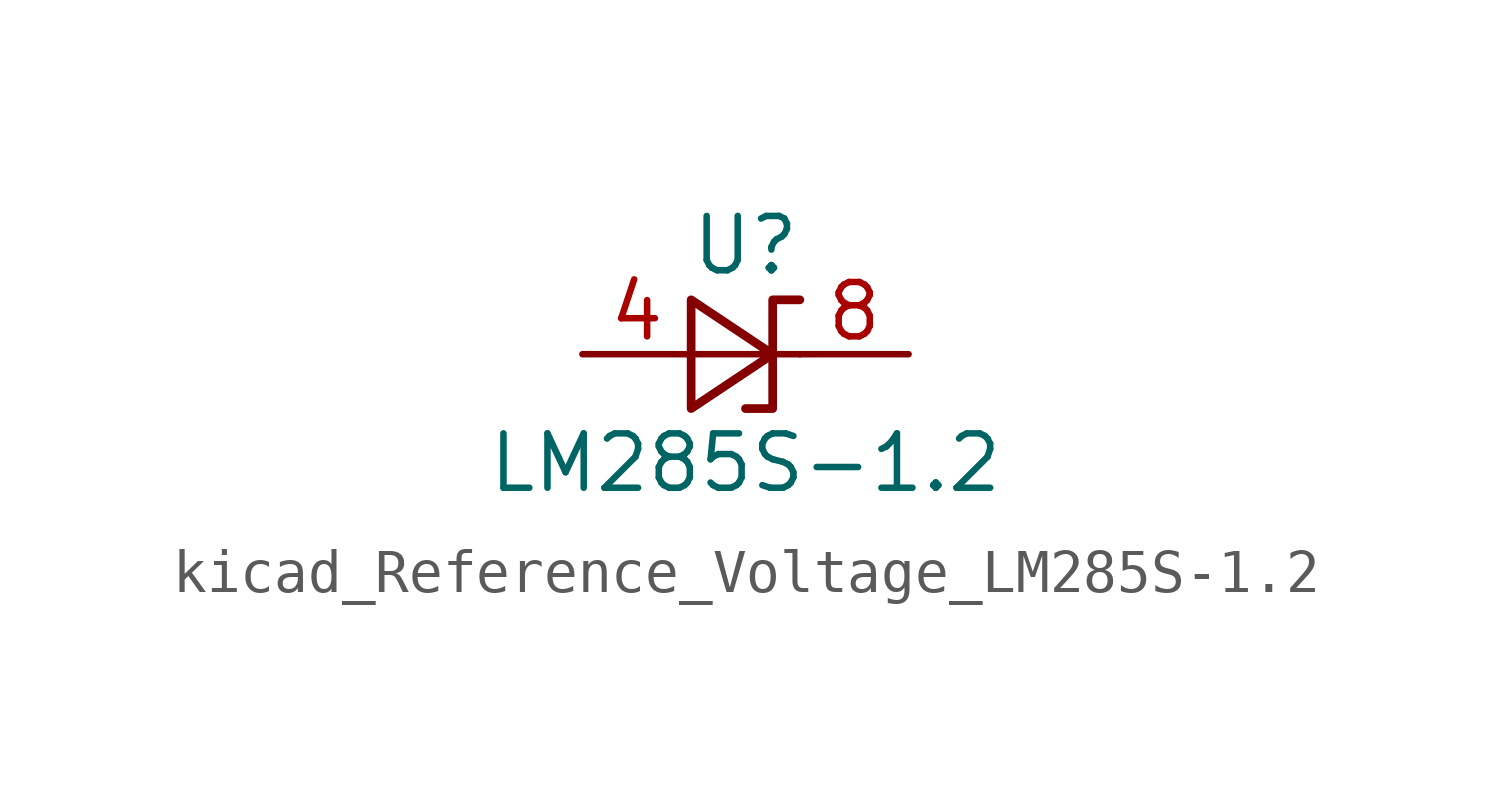
<source format=kicad_sym>
(kicad_symbol_lib
  (version 20220914)
  (generator kicad_symbol_editor)
  (symbol "kicad_Reference_Voltage_LM285S-1.2"
    (pin_names
      (offset 0.025) hide)
    (property "Reference" "U"
      (at 0 2.54 0)
      (effects (font (size 1.27 1.27))))
    (property "Value" "LM285S-1.2"
      (at 0 -2.54 0)
      (effects (font (size 1.27 1.27))))
    (symbol "kicad_Reference_Voltage_LM285S-1.2_0_1"
      (polyline (pts (xy -1.27 0) (xy 0 0) (xy 1.27 0)) (stroke (width 0) (type default)) (fill (type none)))
      (polyline (pts (xy -1.27 -1.27) (xy 0.635 0) (xy -1.27 1.27) (xy -1.27 -1.27)) (stroke (width 0.203) (type default)) (fill (type none)))
      (polyline (pts (xy 0 -1.27) (xy 0.635 -1.27) (xy 0.635 1.27) (xy 1.27 1.27)) (stroke (width 0.203) (type default)) (fill (type none))))
    (symbol "kicad_Reference_Voltage_LM285S-1.2_1_1"
      (pin passive line (at -3.81 0 0) (length 2.54) (name "A" (effects (font (size 1.27 1.27)))) (number "4" (effects (font (size 1.27 1.27)))))
      (pin passive line (at 3.81 0 180) (length 2.54) hide (name "K" (effects (font (size 1.27 1.27)))) (number "6" (effects (font (size 1.27 1.27)))))
      (pin passive line (at 3.81 0 180) (length 2.54) (name "K" (effects (font (size 1.27 1.27)))) (number "8" (effects (font (size 1.27 1.27))))))))
</source>
